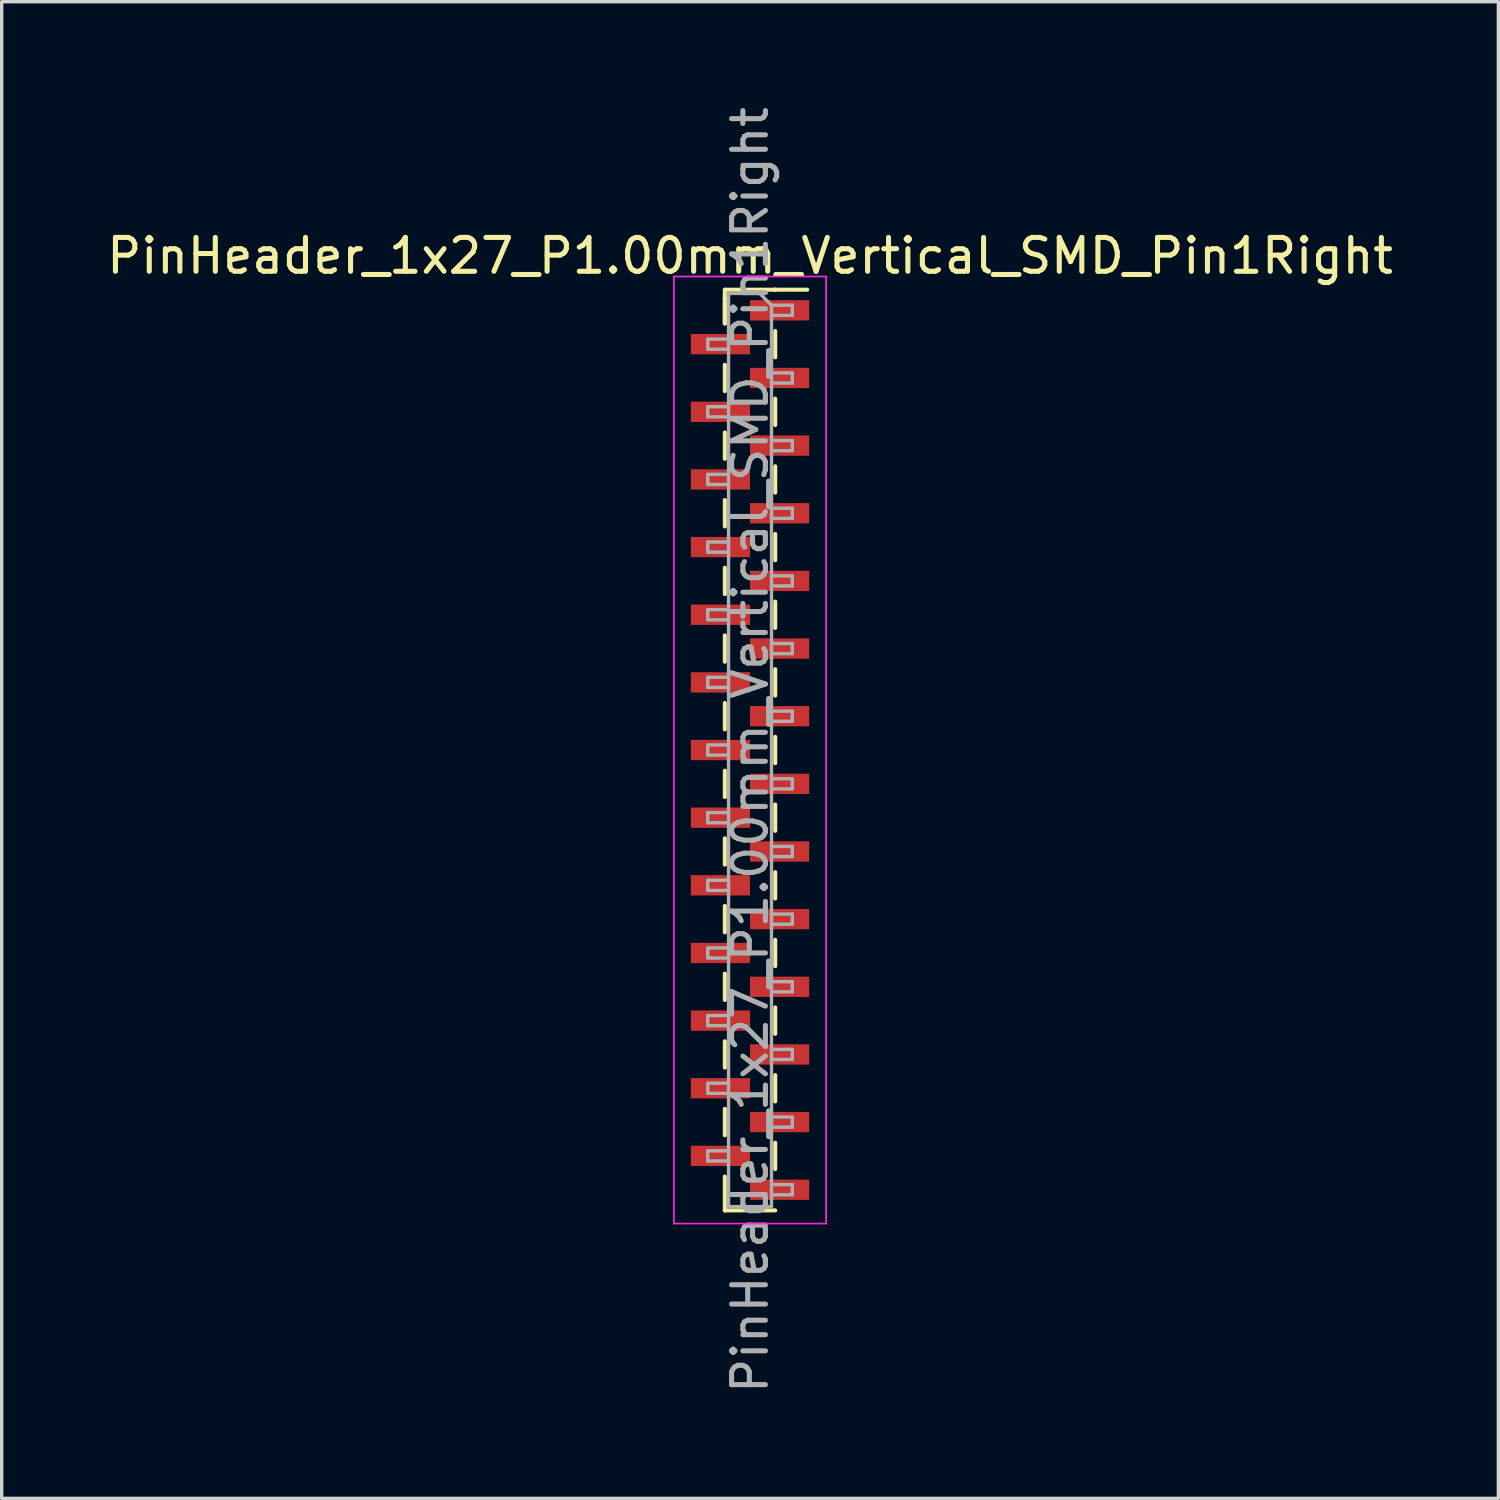
<source format=kicad_pcb>
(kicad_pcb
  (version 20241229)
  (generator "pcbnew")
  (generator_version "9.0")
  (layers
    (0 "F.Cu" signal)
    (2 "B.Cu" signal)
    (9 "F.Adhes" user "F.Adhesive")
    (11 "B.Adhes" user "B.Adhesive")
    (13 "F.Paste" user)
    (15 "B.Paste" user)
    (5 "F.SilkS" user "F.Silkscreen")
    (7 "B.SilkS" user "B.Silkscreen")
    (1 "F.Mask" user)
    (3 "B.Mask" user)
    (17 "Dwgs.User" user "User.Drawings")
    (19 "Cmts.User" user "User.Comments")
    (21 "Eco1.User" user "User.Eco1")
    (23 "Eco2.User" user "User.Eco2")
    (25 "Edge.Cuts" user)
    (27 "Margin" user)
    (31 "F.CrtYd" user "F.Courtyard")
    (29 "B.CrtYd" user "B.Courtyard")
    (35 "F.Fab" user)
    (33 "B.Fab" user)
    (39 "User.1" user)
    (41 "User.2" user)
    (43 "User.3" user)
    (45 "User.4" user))
  (footprint "PinHeader_1x27_P1.00mm_Vertical_SMD_Pin1Right"
    (layer "F.Cu")
    (at 19.125 19.125)
    (property "Reference" "PinHeader_1x27_P1.00mm_Vertical_SMD_Pin1Right" (at 0 -14.61 0) (layer "F.SilkS") (effects (font (size 1 1) (thickness 0.15))))
    (attr smd)
    (fp_line (start -0.745 -13.61) (end -0.745 -12.61) (stroke (width 0.12) (type solid)) (layer "F.SilkS"))
    (fp_line (start -0.745 -13.61) (end 0.745 -13.61) (stroke (width 0.12) (type solid)) (layer "F.SilkS"))
    (fp_line (start -0.745 -13.39) (end -0.745 -12.61) (stroke (width 0.12) (type solid)) (layer "F.SilkS"))
    (fp_line (start -0.745 -11.39) (end -0.745 -10.61) (stroke (width 0.12) (type solid)) (layer "F.SilkS"))
    (fp_line (start -0.745 -9.39) (end -0.745 -8.61) (stroke (width 0.12) (type solid)) (layer "F.SilkS"))
    (fp_line (start -0.745 -7.39) (end -0.745 -6.61) (stroke (width 0.12) (type solid)) (layer "F.SilkS"))
    (fp_line (start -0.745 -5.39) (end -0.745 -4.61) (stroke (width 0.12) (type solid)) (layer "F.SilkS"))
    (fp_line (start -0.745 -3.39) (end -0.745 -2.61) (stroke (width 0.12) (type solid)) (layer "F.SilkS"))
    (fp_line (start -0.745 -1.39) (end -0.745 -0.61) (stroke (width 0.12) (type solid)) (layer "F.SilkS"))
    (fp_line (start -0.745 0.61) (end -0.745 1.39) (stroke (width 0.12) (type solid)) (layer "F.SilkS"))
    (fp_line (start -0.745 2.61) (end -0.745 3.39) (stroke (width 0.12) (type solid)) (layer "F.SilkS"))
    (fp_line (start -0.745 4.61) (end -0.745 5.39) (stroke (width 0.12) (type solid)) (layer "F.SilkS"))
    (fp_line (start -0.745 6.61) (end -0.745 7.39) (stroke (width 0.12) (type solid)) (layer "F.SilkS"))
    (fp_line (start -0.745 8.61) (end -0.745 9.39) (stroke (width 0.12) (type solid)) (layer "F.SilkS"))
    (fp_line (start -0.745 10.61) (end -0.745 11.39) (stroke (width 0.12) (type solid)) (layer "F.SilkS"))
    (fp_line (start -0.745 12.61) (end -0.745 13.61) (stroke (width 0.12) (type solid)) (layer "F.SilkS"))
    (fp_line (start -0.745 13.61) (end -0.745 13.61) (stroke (width 0.12) (type solid)) (layer "F.SilkS"))
    (fp_line (start -0.745 13.61) (end 0.745 13.61) (stroke (width 0.12) (type solid)) (layer "F.SilkS"))
    (fp_line (start 0.745 -13.61) (end 0.745 -13.61) (stroke (width 0.12) (type solid)) (layer "F.SilkS"))
    (fp_line (start 0.745 -13.61) (end 1.69 -13.61) (stroke (width 0.12) (type solid)) (layer "F.SilkS"))
    (fp_line (start 0.745 -12.39) (end 0.745 -11.61) (stroke (width 0.12) (type solid)) (layer "F.SilkS"))
    (fp_line (start 0.745 -10.39) (end 0.745 -9.61) (stroke (width 0.12) (type solid)) (layer "F.SilkS"))
    (fp_line (start 0.745 -8.39) (end 0.745 -7.61) (stroke (width 0.12) (type solid)) (layer "F.SilkS"))
    (fp_line (start 0.745 -6.39) (end 0.745 -5.61) (stroke (width 0.12) (type solid)) (layer "F.SilkS"))
    (fp_line (start 0.745 -4.39) (end 0.745 -3.61) (stroke (width 0.12) (type solid)) (layer "F.SilkS"))
    (fp_line (start 0.745 -2.39) (end 0.745 -1.61) (stroke (width 0.12) (type solid)) (layer "F.SilkS"))
    (fp_line (start 0.745 -0.39) (end 0.745 0.39) (stroke (width 0.12) (type solid)) (layer "F.SilkS"))
    (fp_line (start 0.745 1.61) (end 0.745 2.39) (stroke (width 0.12) (type solid)) (layer "F.SilkS"))
    (fp_line (start 0.745 3.61) (end 0.745 4.39) (stroke (width 0.12) (type solid)) (layer "F.SilkS"))
    (fp_line (start 0.745 5.61) (end 0.745 6.39) (stroke (width 0.12) (type solid)) (layer "F.SilkS"))
    (fp_line (start 0.745 7.61) (end 0.745 8.39) (stroke (width 0.12) (type solid)) (layer "F.SilkS"))
    (fp_line (start 0.745 9.61) (end 0.745 10.39) (stroke (width 0.12) (type solid)) (layer "F.SilkS"))
    (fp_line (start 0.745 11.61) (end 0.745 12.39) (stroke (width 0.12) (type solid)) (layer "F.SilkS"))
    (fp_line (start -2.25 -14) (end -2.25 14) (stroke (width 0.05) (type solid)) (layer "F.CrtYd"))
    (fp_line (start -2.25 14) (end 2.25 14) (stroke (width 0.05) (type solid)) (layer "F.CrtYd"))
    (fp_line (start 2.25 -14) (end -2.25 -14) (stroke (width 0.05) (type solid)) (layer "F.CrtYd"))
    (fp_line (start 2.25 14) (end 2.25 -14) (stroke (width 0.05) (type solid)) (layer "F.CrtYd"))
    (fp_line (start -1.25 -12.15) (end -1.25 -11.85) (stroke (width 0.1) (type solid)) (layer "F.Fab"))
    (fp_line (start -1.25 -11.85) (end -0.635 -11.85) (stroke (width 0.1) (type solid)) (layer "F.Fab"))
    (fp_line (start -1.25 -10.15) (end -1.25 -9.85) (stroke (width 0.1) (type solid)) (layer "F.Fab"))
    (fp_line (start -1.25 -9.85) (end -0.635 -9.85) (stroke (width 0.1) (type solid)) (layer "F.Fab"))
    (fp_line (start -1.25 -8.15) (end -1.25 -7.85) (stroke (width 0.1) (type solid)) (layer "F.Fab"))
    (fp_line (start -1.25 -7.85) (end -0.635 -7.85) (stroke (width 0.1) (type solid)) (layer "F.Fab"))
    (fp_line (start -1.25 -6.15) (end -1.25 -5.85) (stroke (width 0.1) (type solid)) (layer "F.Fab"))
    (fp_line (start -1.25 -5.85) (end -0.635 -5.85) (stroke (width 0.1) (type solid)) (layer "F.Fab"))
    (fp_line (start -1.25 -4.15) (end -1.25 -3.85) (stroke (width 0.1) (type solid)) (layer "F.Fab"))
    (fp_line (start -1.25 -3.85) (end -0.635 -3.85) (stroke (width 0.1) (type solid)) (layer "F.Fab"))
    (fp_line (start -1.25 -2.15) (end -1.25 -1.85) (stroke (width 0.1) (type solid)) (layer "F.Fab"))
    (fp_line (start -1.25 -1.85) (end -0.635 -1.85) (stroke (width 0.1) (type solid)) (layer "F.Fab"))
    (fp_line (start -1.25 -0.15) (end -1.25 0.15) (stroke (width 0.1) (type solid)) (layer "F.Fab"))
    (fp_line (start -1.25 0.15) (end -0.635 0.15) (stroke (width 0.1) (type solid)) (layer "F.Fab"))
    (fp_line (start -1.25 1.85) (end -1.25 2.15) (stroke (width 0.1) (type solid)) (layer "F.Fab"))
    (fp_line (start -1.25 2.15) (end -0.635 2.15) (stroke (width 0.1) (type solid)) (layer "F.Fab"))
    (fp_line (start -1.25 3.85) (end -1.25 4.15) (stroke (width 0.1) (type solid)) (layer "F.Fab"))
    (fp_line (start -1.25 4.15) (end -0.635 4.15) (stroke (width 0.1) (type solid)) (layer "F.Fab"))
    (fp_line (start -1.25 5.85) (end -1.25 6.15) (stroke (width 0.1) (type solid)) (layer "F.Fab"))
    (fp_line (start -1.25 6.15) (end -0.635 6.15) (stroke (width 0.1) (type solid)) (layer "F.Fab"))
    (fp_line (start -1.25 7.85) (end -1.25 8.15) (stroke (width 0.1) (type solid)) (layer "F.Fab"))
    (fp_line (start -1.25 8.15) (end -0.635 8.15) (stroke (width 0.1) (type solid)) (layer "F.Fab"))
    (fp_line (start -1.25 9.85) (end -1.25 10.15) (stroke (width 0.1) (type solid)) (layer "F.Fab"))
    (fp_line (start -1.25 10.15) (end -0.635 10.15) (stroke (width 0.1) (type solid)) (layer "F.Fab"))
    (fp_line (start -1.25 11.85) (end -1.25 12.15) (stroke (width 0.1) (type solid)) (layer "F.Fab"))
    (fp_line (start -1.25 12.15) (end -0.635 12.15) (stroke (width 0.1) (type solid)) (layer "F.Fab"))
    (fp_line (start -0.635 -13.5) (end -0.635 13.5) (stroke (width 0.1) (type solid)) (layer "F.Fab"))
    (fp_line (start -0.635 -13.5) (end 0.285 -13.5) (stroke (width 0.1) (type solid)) (layer "F.Fab"))
    (fp_line (start -0.635 -12.15) (end -1.25 -12.15) (stroke (width 0.1) (type solid)) (layer "F.Fab"))
    (fp_line (start -0.635 -10.15) (end -1.25 -10.15) (stroke (width 0.1) (type solid)) (layer "F.Fab"))
    (fp_line (start -0.635 -8.15) (end -1.25 -8.15) (stroke (width 0.1) (type solid)) (layer "F.Fab"))
    (fp_line (start -0.635 -6.15) (end -1.25 -6.15) (stroke (width 0.1) (type solid)) (layer "F.Fab"))
    (fp_line (start -0.635 -4.15) (end -1.25 -4.15) (stroke (width 0.1) (type solid)) (layer "F.Fab"))
    (fp_line (start -0.635 -2.15) (end -1.25 -2.15) (stroke (width 0.1) (type solid)) (layer "F.Fab"))
    (fp_line (start -0.635 -0.15) (end -1.25 -0.15) (stroke (width 0.1) (type solid)) (layer "F.Fab"))
    (fp_line (start -0.635 1.85) (end -1.25 1.85) (stroke (width 0.1) (type solid)) (layer "F.Fab"))
    (fp_line (start -0.635 3.85) (end -1.25 3.85) (stroke (width 0.1) (type solid)) (layer "F.Fab"))
    (fp_line (start -0.635 5.85) (end -1.25 5.85) (stroke (width 0.1) (type solid)) (layer "F.Fab"))
    (fp_line (start -0.635 7.85) (end -1.25 7.85) (stroke (width 0.1) (type solid)) (layer "F.Fab"))
    (fp_line (start -0.635 9.85) (end -1.25 9.85) (stroke (width 0.1) (type solid)) (layer "F.Fab"))
    (fp_line (start -0.635 11.85) (end -1.25 11.85) (stroke (width 0.1) (type solid)) (layer "F.Fab"))
    (fp_line (start 0.635 -13.15) (end 0.285 -13.5) (stroke (width 0.1) (type solid)) (layer "F.Fab"))
    (fp_line (start 0.635 -13.15) (end 1.25 -13.15) (stroke (width 0.1) (type solid)) (layer "F.Fab"))
    (fp_line (start 0.635 -11.15) (end 1.25 -11.15) (stroke (width 0.1) (type solid)) (layer "F.Fab"))
    (fp_line (start 0.635 -9.15) (end 1.25 -9.15) (stroke (width 0.1) (type solid)) (layer "F.Fab"))
    (fp_line (start 0.635 -7.15) (end 1.25 -7.15) (stroke (width 0.1) (type solid)) (layer "F.Fab"))
    (fp_line (start 0.635 -5.15) (end 1.25 -5.15) (stroke (width 0.1) (type solid)) (layer "F.Fab"))
    (fp_line (start 0.635 -3.15) (end 1.25 -3.15) (stroke (width 0.1) (type solid)) (layer "F.Fab"))
    (fp_line (start 0.635 -1.15) (end 1.25 -1.15) (stroke (width 0.1) (type solid)) (layer "F.Fab"))
    (fp_line (start 0.635 0.85) (end 1.25 0.85) (stroke (width 0.1) (type solid)) (layer "F.Fab"))
    (fp_line (start 0.635 2.85) (end 1.25 2.85) (stroke (width 0.1) (type solid)) (layer "F.Fab"))
    (fp_line (start 0.635 4.85) (end 1.25 4.85) (stroke (width 0.1) (type solid)) (layer "F.Fab"))
    (fp_line (start 0.635 6.85) (end 1.25 6.85) (stroke (width 0.1) (type solid)) (layer "F.Fab"))
    (fp_line (start 0.635 8.85) (end 1.25 8.85) (stroke (width 0.1) (type solid)) (layer "F.Fab"))
    (fp_line (start 0.635 10.85) (end 1.25 10.85) (stroke (width 0.1) (type solid)) (layer "F.Fab"))
    (fp_line (start 0.635 12.85) (end 1.25 12.85) (stroke (width 0.1) (type solid)) (layer "F.Fab"))
    (fp_line (start 0.635 13.5) (end -0.635 13.5) (stroke (width 0.1) (type solid)) (layer "F.Fab"))
    (fp_line (start 0.635 13.5) (end 0.635 -13.15) (stroke (width 0.1) (type solid)) (layer "F.Fab"))
    (fp_line (start 1.25 -13.15) (end 1.25 -12.85) (stroke (width 0.1) (type solid)) (layer "F.Fab"))
    (fp_line (start 1.25 -12.85) (end 0.635 -12.85) (stroke (width 0.1) (type solid)) (layer "F.Fab"))
    (fp_line (start 1.25 -11.15) (end 1.25 -10.85) (stroke (width 0.1) (type solid)) (layer "F.Fab"))
    (fp_line (start 1.25 -10.85) (end 0.635 -10.85) (stroke (width 0.1) (type solid)) (layer "F.Fab"))
    (fp_line (start 1.25 -9.15) (end 1.25 -8.85) (stroke (width 0.1) (type solid)) (layer "F.Fab"))
    (fp_line (start 1.25 -8.85) (end 0.635 -8.85) (stroke (width 0.1) (type solid)) (layer "F.Fab"))
    (fp_line (start 1.25 -7.15) (end 1.25 -6.85) (stroke (width 0.1) (type solid)) (layer "F.Fab"))
    (fp_line (start 1.25 -6.85) (end 0.635 -6.85) (stroke (width 0.1) (type solid)) (layer "F.Fab"))
    (fp_line (start 1.25 -5.15) (end 1.25 -4.85) (stroke (width 0.1) (type solid)) (layer "F.Fab"))
    (fp_line (start 1.25 -4.85) (end 0.635 -4.85) (stroke (width 0.1) (type solid)) (layer "F.Fab"))
    (fp_line (start 1.25 -3.15) (end 1.25 -2.85) (stroke (width 0.1) (type solid)) (layer "F.Fab"))
    (fp_line (start 1.25 -2.85) (end 0.635 -2.85) (stroke (width 0.1) (type solid)) (layer "F.Fab"))
    (fp_line (start 1.25 -1.15) (end 1.25 -0.85) (stroke (width 0.1) (type solid)) (layer "F.Fab"))
    (fp_line (start 1.25 -0.85) (end 0.635 -0.85) (stroke (width 0.1) (type solid)) (layer "F.Fab"))
    (fp_line (start 1.25 0.85) (end 1.25 1.15) (stroke (width 0.1) (type solid)) (layer "F.Fab"))
    (fp_line (start 1.25 1.15) (end 0.635 1.15) (stroke (width 0.1) (type solid)) (layer "F.Fab"))
    (fp_line (start 1.25 2.85) (end 1.25 3.15) (stroke (width 0.1) (type solid)) (layer "F.Fab"))
    (fp_line (start 1.25 3.15) (end 0.635 3.15) (stroke (width 0.1) (type solid)) (layer "F.Fab"))
    (fp_line (start 1.25 4.85) (end 1.25 5.15) (stroke (width 0.1) (type solid)) (layer "F.Fab"))
    (fp_line (start 1.25 5.15) (end 0.635 5.15) (stroke (width 0.1) (type solid)) (layer "F.Fab"))
    (fp_line (start 1.25 6.85) (end 1.25 7.15) (stroke (width 0.1) (type solid)) (layer "F.Fab"))
    (fp_line (start 1.25 7.15) (end 0.635 7.15) (stroke (width 0.1) (type solid)) (layer "F.Fab"))
    (fp_line (start 1.25 8.85) (end 1.25 9.15) (stroke (width 0.1) (type solid)) (layer "F.Fab"))
    (fp_line (start 1.25 9.15) (end 0.635 9.15) (stroke (width 0.1) (type solid)) (layer "F.Fab"))
    (fp_line (start 1.25 10.85) (end 1.25 11.15) (stroke (width 0.1) (type solid)) (layer "F.Fab"))
    (fp_line (start 1.25 11.15) (end 0.635 11.15) (stroke (width 0.1) (type solid)) (layer "F.Fab"))
    (fp_line (start 1.25 12.85) (end 1.25 13.15) (stroke (width 0.1) (type solid)) (layer "F.Fab"))
    (fp_line (start 1.25 13.15) (end 0.635 13.15) (stroke (width 0.1) (type solid)) (layer "F.Fab"))
    (fp_text user "${REFERENCE}" (at 0 0 90) (layer "F.Fab") (effects (font (size 1 1) (thickness 0.15))))
    (pad "1" smd rect (at 0.875 -13) (size 1.75 0.6) (layers "F.Cu" "F.Mask" "F.Paste"))
    (pad "2" smd rect (at -0.875 -12) (size 1.75 0.6) (layers "F.Cu" "F.Mask" "F.Paste"))
    (pad "3" smd rect (at 0.875 -11) (size 1.75 0.6) (layers "F.Cu" "F.Mask" "F.Paste"))
    (pad "4" smd rect (at -0.875 -10) (size 1.75 0.6) (layers "F.Cu" "F.Mask" "F.Paste"))
    (pad "5" smd rect (at 0.875 -9) (size 1.75 0.6) (layers "F.Cu" "F.Mask" "F.Paste"))
    (pad "6" smd rect (at -0.875 -8) (size 1.75 0.6) (layers "F.Cu" "F.Mask" "F.Paste"))
    (pad "7" smd rect (at 0.875 -7) (size 1.75 0.6) (layers "F.Cu" "F.Mask" "F.Paste"))
    (pad "8" smd rect (at -0.875 -6) (size 1.75 0.6) (layers "F.Cu" "F.Mask" "F.Paste"))
    (pad "9" smd rect (at 0.875 -5) (size 1.75 0.6) (layers "F.Cu" "F.Mask" "F.Paste"))
    (pad "10" smd rect (at -0.875 -4) (size 1.75 0.6) (layers "F.Cu" "F.Mask" "F.Paste"))
    (pad "11" smd rect (at 0.875 -3) (size 1.75 0.6) (layers "F.Cu" "F.Mask" "F.Paste"))
    (pad "12" smd rect (at -0.875 -2) (size 1.75 0.6) (layers "F.Cu" "F.Mask" "F.Paste"))
    (pad "13" smd rect (at 0.875 -1) (size 1.75 0.6) (layers "F.Cu" "F.Mask" "F.Paste"))
    (pad "14" smd rect (at -0.875 0) (size 1.75 0.6) (layers "F.Cu" "F.Mask" "F.Paste"))
    (pad "15" smd rect (at 0.875 1) (size 1.75 0.6) (layers "F.Cu" "F.Mask" "F.Paste"))
    (pad "16" smd rect (at -0.875 2) (size 1.75 0.6) (layers "F.Cu" "F.Mask" "F.Paste"))
    (pad "17" smd rect (at 0.875 3) (size 1.75 0.6) (layers "F.Cu" "F.Mask" "F.Paste"))
    (pad "18" smd rect (at -0.875 4) (size 1.75 0.6) (layers "F.Cu" "F.Mask" "F.Paste"))
    (pad "19" smd rect (at 0.875 5) (size 1.75 0.6) (layers "F.Cu" "F.Mask" "F.Paste"))
    (pad "20" smd rect (at -0.875 6) (size 1.75 0.6) (layers "F.Cu" "F.Mask" "F.Paste"))
    (pad "21" smd rect (at 0.875 7) (size 1.75 0.6) (layers "F.Cu" "F.Mask" "F.Paste"))
    (pad "22" smd rect (at -0.875 8) (size 1.75 0.6) (layers "F.Cu" "F.Mask" "F.Paste"))
    (pad "23" smd rect (at 0.875 9) (size 1.75 0.6) (layers "F.Cu" "F.Mask" "F.Paste"))
    (pad "24" smd rect (at -0.875 10) (size 1.75 0.6) (layers "F.Cu" "F.Mask" "F.Paste"))
    (pad "25" smd rect (at 0.875 11) (size 1.75 0.6) (layers "F.Cu" "F.Mask" "F.Paste"))
    (pad "26" smd rect (at -0.875 12) (size 1.75 0.6) (layers "F.Cu" "F.Mask" "F.Paste"))
    (pad "27" smd rect (at 0.875 13) (size 1.75 0.6) (layers "F.Cu" "F.Mask" "F.Paste")))
  (gr_rect
    (start -3 -3)
    (end 41.25 41.25)
    (stroke (width 0.1) (type default))
    (fill no)
    (layer "Edge.Cuts")))
</source>
